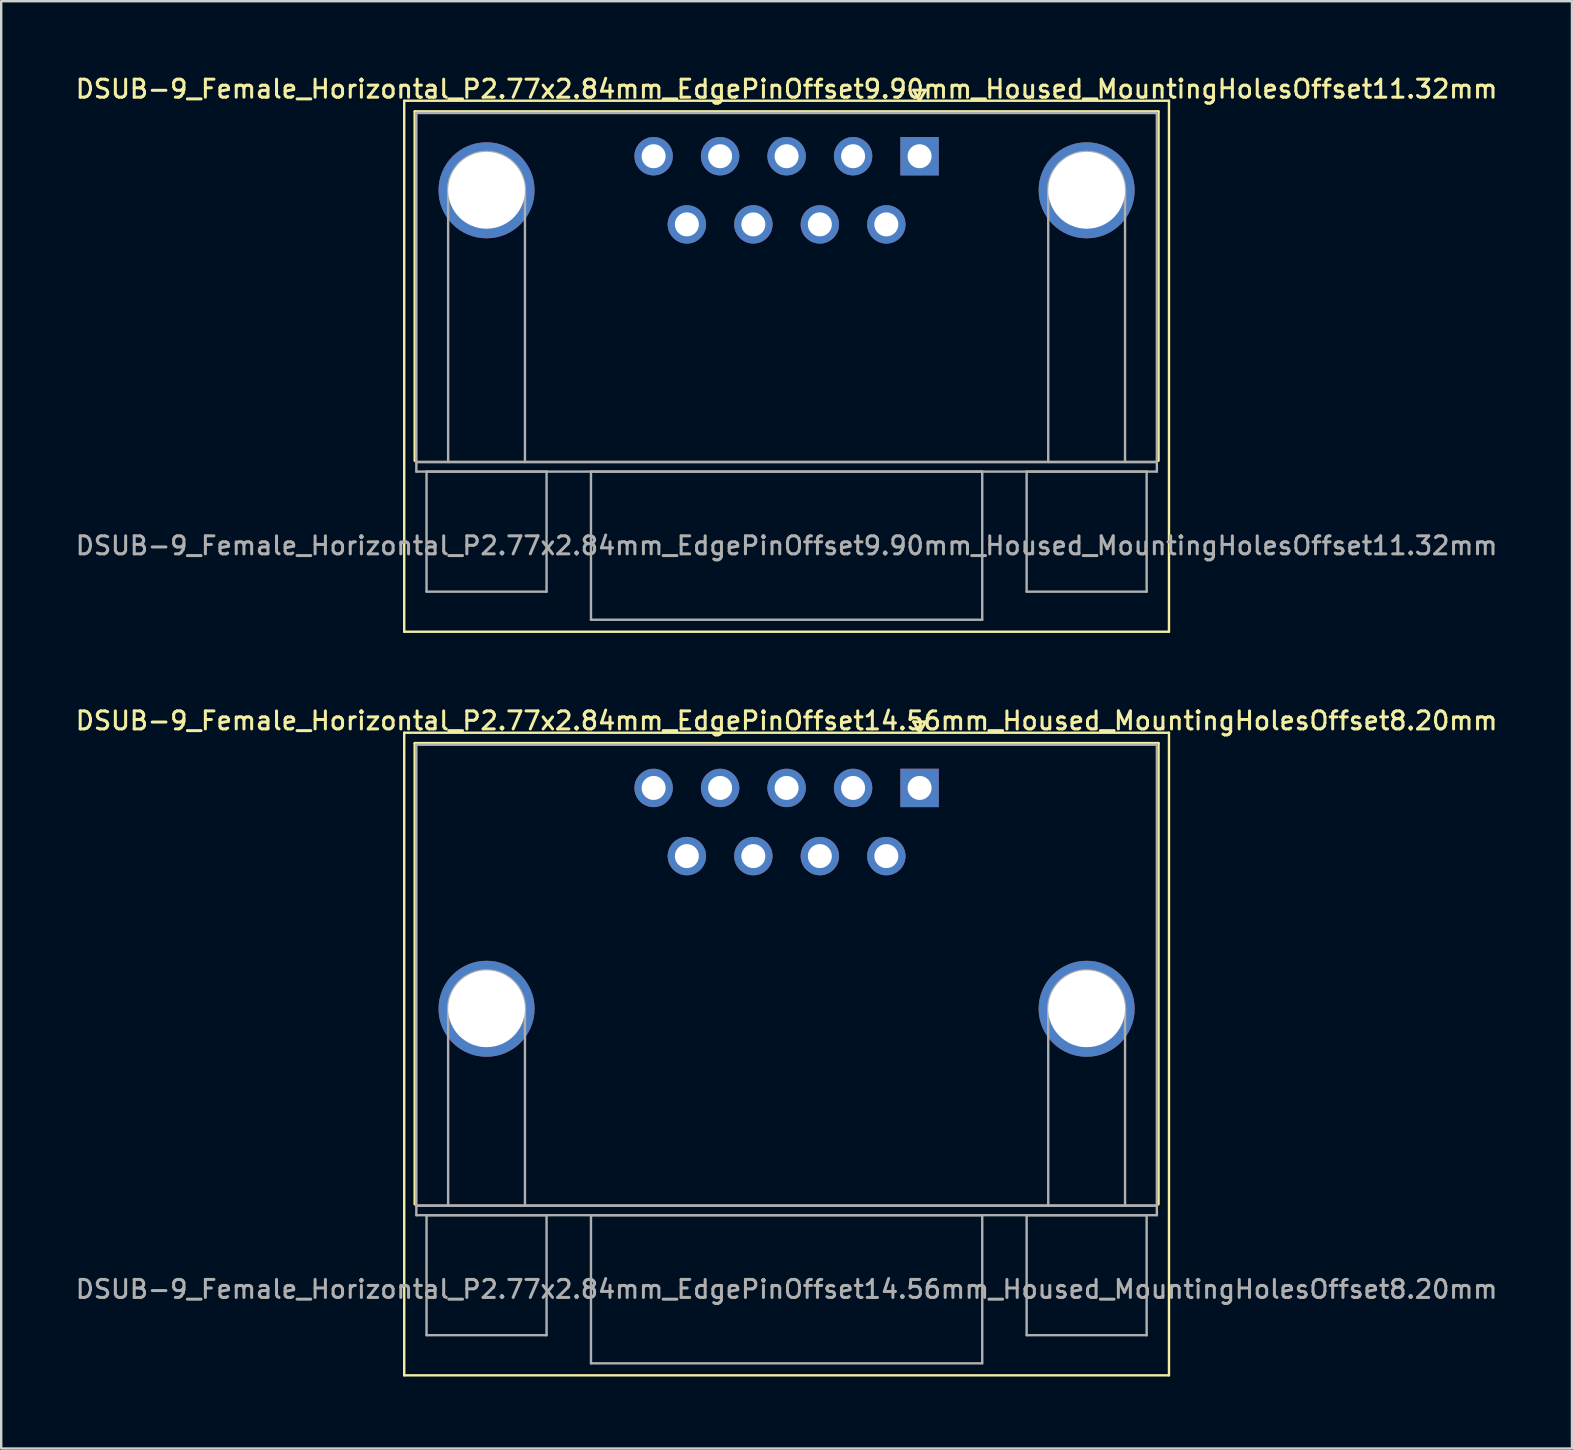
<source format=kicad_pcb>
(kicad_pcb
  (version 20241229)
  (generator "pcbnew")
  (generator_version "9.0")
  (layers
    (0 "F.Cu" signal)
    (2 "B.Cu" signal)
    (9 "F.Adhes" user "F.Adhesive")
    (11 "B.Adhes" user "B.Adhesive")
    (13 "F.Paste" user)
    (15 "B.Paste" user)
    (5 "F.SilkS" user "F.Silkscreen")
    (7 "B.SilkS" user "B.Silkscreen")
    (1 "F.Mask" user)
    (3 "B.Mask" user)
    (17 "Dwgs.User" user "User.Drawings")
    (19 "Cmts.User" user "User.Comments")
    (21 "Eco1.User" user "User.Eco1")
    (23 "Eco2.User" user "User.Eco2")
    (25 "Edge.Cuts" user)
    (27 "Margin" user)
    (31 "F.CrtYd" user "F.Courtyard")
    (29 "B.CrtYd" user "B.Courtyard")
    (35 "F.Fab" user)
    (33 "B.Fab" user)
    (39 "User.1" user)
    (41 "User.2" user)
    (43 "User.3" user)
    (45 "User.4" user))
  (footprint "DSUB-9_Female_Horizontal_P2.77x2.84mm_EdgePinOffset9.90mm_Housed_MountingHolesOffset11.32mm"
    (layer "F.Cu")
    (at 35.26 3.458)
    (property "Reference" "DSUB-9_Female_Horizontal_P2.77x2.84mm_EdgePinOffset9.90mm_Housed_MountingHolesOffset11.32mm" (at -5.54 -2.8 0) (layer "F.SilkS") (effects (font (size 0.75 0.75) (thickness 0.125))))
    (attr through_hole)
    (fp_line (start -21.47 -2.31) (end -21.47 19.81) (stroke (width 0.1) (type solid)) (layer "F.SilkS"))
    (fp_line (start -21.47 19.81) (end 10.39 19.81) (stroke (width 0.1) (type solid)) (layer "F.SilkS"))
    (fp_line (start -21.025 -1.86) (end 9.945 -1.86) (stroke (width 0.12) (type solid)) (layer "F.SilkS"))
    (fp_line (start -21.025 12.68) (end -21.025 -1.86) (stroke (width 0.12) (type solid)) (layer "F.SilkS"))
    (fp_line (start -0.25 -2.754) (end 0.25 -2.754) (stroke (width 0.12) (type solid)) (layer "F.SilkS"))
    (fp_line (start 0 -2.321) (end -0.25 -2.754) (stroke (width 0.12) (type solid)) (layer "F.SilkS"))
    (fp_line (start 0.25 -2.754) (end 0 -2.321) (stroke (width 0.12) (type solid)) (layer "F.SilkS"))
    (fp_line (start 9.945 -1.86) (end 9.945 12.68) (stroke (width 0.12) (type solid)) (layer "F.SilkS"))
    (fp_line (start 10.39 -2.31) (end -21.47 -2.31) (stroke (width 0.1) (type solid)) (layer "F.SilkS"))
    (fp_line (start 10.39 19.81) (end 10.39 -2.31) (stroke (width 0.1) (type solid)) (layer "F.SilkS"))
    (fp_line (start -20.965 -1.8) (end -20.965 12.74) (stroke (width 0.1) (type solid)) (layer "F.Fab"))
    (fp_line (start -20.965 12.74) (end -20.965 13.14) (stroke (width 0.1) (type solid)) (layer "F.Fab"))
    (fp_line (start -20.965 12.74) (end 9.885 12.74) (stroke (width 0.1) (type solid)) (layer "F.Fab"))
    (fp_line (start -20.965 13.14) (end 9.885 13.14) (stroke (width 0.1) (type solid)) (layer "F.Fab"))
    (fp_line (start -20.54 13.14) (end -20.54 18.14) (stroke (width 0.1) (type solid)) (layer "F.Fab"))
    (fp_line (start -20.54 18.14) (end -15.54 18.14) (stroke (width 0.1) (type solid)) (layer "F.Fab"))
    (fp_line (start -19.64 12.74) (end -19.64 1.42) (stroke (width 0.1) (type solid)) (layer "F.Fab"))
    (fp_line (start -16.44 12.74) (end -16.44 1.42) (stroke (width 0.1) (type solid)) (layer "F.Fab"))
    (fp_line (start -15.54 13.14) (end -20.54 13.14) (stroke (width 0.1) (type solid)) (layer "F.Fab"))
    (fp_line (start -15.54 18.14) (end -15.54 13.14) (stroke (width 0.1) (type solid)) (layer "F.Fab"))
    (fp_line (start -13.69 13.14) (end -13.69 19.31) (stroke (width 0.1) (type solid)) (layer "F.Fab"))
    (fp_line (start -13.69 19.31) (end 2.61 19.31) (stroke (width 0.1) (type solid)) (layer "F.Fab"))
    (fp_line (start 2.61 13.14) (end -13.69 13.14) (stroke (width 0.1) (type solid)) (layer "F.Fab"))
    (fp_line (start 2.61 19.31) (end 2.61 13.14) (stroke (width 0.1) (type solid)) (layer "F.Fab"))
    (fp_line (start 4.46 13.14) (end 4.46 18.14) (stroke (width 0.1) (type solid)) (layer "F.Fab"))
    (fp_line (start 4.46 18.14) (end 9.46 18.14) (stroke (width 0.1) (type solid)) (layer "F.Fab"))
    (fp_line (start 5.36 12.74) (end 5.36 1.42) (stroke (width 0.1) (type solid)) (layer "F.Fab"))
    (fp_line (start 8.56 12.74) (end 8.56 1.42) (stroke (width 0.1) (type solid)) (layer "F.Fab"))
    (fp_line (start 9.46 13.14) (end 4.46 13.14) (stroke (width 0.1) (type solid)) (layer "F.Fab"))
    (fp_line (start 9.46 18.14) (end 9.46 13.14) (stroke (width 0.1) (type solid)) (layer "F.Fab"))
    (fp_line (start 9.885 -1.8) (end -20.965 -1.8) (stroke (width 0.1) (type solid)) (layer "F.Fab"))
    (fp_line (start 9.885 12.74) (end -20.965 12.74) (stroke (width 0.1) (type solid)) (layer "F.Fab"))
    (fp_line (start 9.885 12.74) (end 9.885 -1.8) (stroke (width 0.1) (type solid)) (layer "F.Fab"))
    (fp_line (start 9.885 13.14) (end 9.885 12.74) (stroke (width 0.1) (type solid)) (layer "F.Fab"))
    (fp_arc (start -19.64 1.42) (mid -18.04 -0.18) (end -16.44 1.42) (stroke (width 0.1) (type solid)) (layer "F.Fab"))
    (fp_arc (start 5.36 1.42) (mid 6.96 -0.18) (end 8.56 1.42) (stroke (width 0.1) (type solid)) (layer "F.Fab"))
    (fp_text user "${REFERENCE}" (at -5.54 16.225 0) (layer "F.Fab") (effects (font (size 0.75 0.75) (thickness 0.125))))
    (pad "0" thru_hole circle (at -18.04 1.42) (size 4 4) (drill 3.2) (layers "*.Cu" "*.Mask"))
    (pad "0" thru_hole circle (at 6.96 1.42) (size 4 4) (drill 3.2) (layers "*.Cu" "*.Mask"))
    (pad "1" thru_hole rect (at 0 0) (size 1.6 1.6) (drill 1) (layers "*.Cu" "*.Mask"))
    (pad "2" thru_hole circle (at -2.77 0) (size 1.6 1.6) (drill 1) (layers "*.Cu" "*.Mask"))
    (pad "3" thru_hole circle (at -5.54 0) (size 1.6 1.6) (drill 1) (layers "*.Cu" "*.Mask"))
    (pad "4" thru_hole circle (at -8.31 0) (size 1.6 1.6) (drill 1) (layers "*.Cu" "*.Mask"))
    (pad "5" thru_hole circle (at -11.08 0) (size 1.6 1.6) (drill 1) (layers "*.Cu" "*.Mask"))
    (pad "6" thru_hole circle (at -1.385 2.84) (size 1.6 1.6) (drill 1) (layers "*.Cu" "*.Mask"))
    (pad "7" thru_hole circle (at -4.155 2.84) (size 1.6 1.6) (drill 1) (layers "*.Cu" "*.Mask"))
    (pad "8" thru_hole circle (at -6.925 2.84) (size 1.6 1.6) (drill 1) (layers "*.Cu" "*.Mask"))
    (pad "9" thru_hole circle (at -9.695 2.84) (size 1.6 1.6) (drill 1) (layers "*.Cu" "*.Mask")))
  (footprint "DSUB-9_Female_Horizontal_P2.77x2.84mm_EdgePinOffset14.56mm_Housed_MountingHolesOffset8.20mm"
    (layer "F.Cu")
    (at 35.26 29.776)
    (property "Reference" "DSUB-9_Female_Horizontal_P2.77x2.84mm_EdgePinOffset14.56mm_Housed_MountingHolesOffset8.20mm" (at -5.54 -2.8 0) (layer "F.SilkS") (effects (font (size 0.75 0.75) (thickness 0.125))))
    (attr through_hole)
    (fp_line (start -21.47 -2.3) (end -21.47 24.47) (stroke (width 0.1) (type solid)) (layer "F.SilkS"))
    (fp_line (start -21.47 24.47) (end 10.39 24.47) (stroke (width 0.1) (type solid)) (layer "F.SilkS"))
    (fp_line (start -21.025 -1.86) (end 9.945 -1.86) (stroke (width 0.12) (type solid)) (layer "F.SilkS"))
    (fp_line (start -21.025 17.34) (end -21.025 -1.86) (stroke (width 0.12) (type solid)) (layer "F.SilkS"))
    (fp_line (start -0.25 -2.754) (end 0.25 -2.754) (stroke (width 0.12) (type solid)) (layer "F.SilkS"))
    (fp_line (start 0 -2.321) (end -0.25 -2.754) (stroke (width 0.12) (type solid)) (layer "F.SilkS"))
    (fp_line (start 0.25 -2.754) (end 0 -2.321) (stroke (width 0.12) (type solid)) (layer "F.SilkS"))
    (fp_line (start 9.945 -1.86) (end 9.945 17.34) (stroke (width 0.12) (type solid)) (layer "F.SilkS"))
    (fp_line (start 10.39 -2.3) (end -21.47 -2.3) (stroke (width 0.1) (type solid)) (layer "F.SilkS"))
    (fp_line (start 10.39 24.47) (end 10.39 -2.3) (stroke (width 0.1) (type solid)) (layer "F.SilkS"))
    (fp_line (start -20.965 -1.8) (end -20.965 17.4) (stroke (width 0.1) (type solid)) (layer "F.Fab"))
    (fp_line (start -20.965 17.4) (end -20.965 17.8) (stroke (width 0.1) (type solid)) (layer "F.Fab"))
    (fp_line (start -20.965 17.4) (end 9.885 17.4) (stroke (width 0.1) (type solid)) (layer "F.Fab"))
    (fp_line (start -20.965 17.8) (end 9.885 17.8) (stroke (width 0.1) (type solid)) (layer "F.Fab"))
    (fp_line (start -20.54 17.8) (end -20.54 22.8) (stroke (width 0.1) (type solid)) (layer "F.Fab"))
    (fp_line (start -20.54 22.8) (end -15.54 22.8) (stroke (width 0.1) (type solid)) (layer "F.Fab"))
    (fp_line (start -19.64 17.4) (end -19.64 9.2) (stroke (width 0.1) (type solid)) (layer "F.Fab"))
    (fp_line (start -16.44 17.4) (end -16.44 9.2) (stroke (width 0.1) (type solid)) (layer "F.Fab"))
    (fp_line (start -15.54 17.8) (end -20.54 17.8) (stroke (width 0.1) (type solid)) (layer "F.Fab"))
    (fp_line (start -15.54 22.8) (end -15.54 17.8) (stroke (width 0.1) (type solid)) (layer "F.Fab"))
    (fp_line (start -13.69 17.8) (end -13.69 23.97) (stroke (width 0.1) (type solid)) (layer "F.Fab"))
    (fp_line (start -13.69 23.97) (end 2.61 23.97) (stroke (width 0.1) (type solid)) (layer "F.Fab"))
    (fp_line (start 2.61 17.8) (end -13.69 17.8) (stroke (width 0.1) (type solid)) (layer "F.Fab"))
    (fp_line (start 2.61 23.97) (end 2.61 17.8) (stroke (width 0.1) (type solid)) (layer "F.Fab"))
    (fp_line (start 4.46 17.8) (end 4.46 22.8) (stroke (width 0.1) (type solid)) (layer "F.Fab"))
    (fp_line (start 4.46 22.8) (end 9.46 22.8) (stroke (width 0.1) (type solid)) (layer "F.Fab"))
    (fp_line (start 5.36 17.4) (end 5.36 9.2) (stroke (width 0.1) (type solid)) (layer "F.Fab"))
    (fp_line (start 8.56 17.4) (end 8.56 9.2) (stroke (width 0.1) (type solid)) (layer "F.Fab"))
    (fp_line (start 9.46 17.8) (end 4.46 17.8) (stroke (width 0.1) (type solid)) (layer "F.Fab"))
    (fp_line (start 9.46 22.8) (end 9.46 17.8) (stroke (width 0.1) (type solid)) (layer "F.Fab"))
    (fp_line (start 9.885 -1.8) (end -20.965 -1.8) (stroke (width 0.1) (type solid)) (layer "F.Fab"))
    (fp_line (start 9.885 17.4) (end -20.965 17.4) (stroke (width 0.1) (type solid)) (layer "F.Fab"))
    (fp_line (start 9.885 17.4) (end 9.885 -1.8) (stroke (width 0.1) (type solid)) (layer "F.Fab"))
    (fp_line (start 9.885 17.8) (end 9.885 17.4) (stroke (width 0.1) (type solid)) (layer "F.Fab"))
    (fp_arc (start -19.64 9.2) (mid -18.04 7.6) (end -16.44 9.2) (stroke (width 0.1) (type solid)) (layer "F.Fab"))
    (fp_arc (start 5.36 9.2) (mid 6.96 7.6) (end 8.56 9.2) (stroke (width 0.1) (type solid)) (layer "F.Fab"))
    (fp_text user "${REFERENCE}" (at -5.54 20.885 0) (layer "F.Fab") (effects (font (size 0.75 0.75) (thickness 0.125))))
    (pad "0" thru_hole circle (at -18.04 9.2) (size 4 4) (drill 3.2) (layers "*.Cu" "*.Mask"))
    (pad "0" thru_hole circle (at 6.96 9.2) (size 4 4) (drill 3.2) (layers "*.Cu" "*.Mask"))
    (pad "1" thru_hole rect (at 0 0) (size 1.6 1.6) (drill 1) (layers "*.Cu" "*.Mask"))
    (pad "2" thru_hole circle (at -2.77 0) (size 1.6 1.6) (drill 1) (layers "*.Cu" "*.Mask"))
    (pad "3" thru_hole circle (at -5.54 0) (size 1.6 1.6) (drill 1) (layers "*.Cu" "*.Mask"))
    (pad "4" thru_hole circle (at -8.31 0) (size 1.6 1.6) (drill 1) (layers "*.Cu" "*.Mask"))
    (pad "5" thru_hole circle (at -11.08 0) (size 1.6 1.6) (drill 1) (layers "*.Cu" "*.Mask"))
    (pad "6" thru_hole circle (at -1.385 2.84) (size 1.6 1.6) (drill 1) (layers "*.Cu" "*.Mask"))
    (pad "7" thru_hole circle (at -4.155 2.84) (size 1.6 1.6) (drill 1) (layers "*.Cu" "*.Mask"))
    (pad "8" thru_hole circle (at -6.925 2.84) (size 1.6 1.6) (drill 1) (layers "*.Cu" "*.Mask"))
    (pad "9" thru_hole circle (at -9.695 2.84) (size 1.6 1.6) (drill 1) (layers "*.Cu" "*.Mask")))
  (gr_rect
    (start -3 -3)
    (end 62.439 57.296)
    (stroke (width 0.1) (type default))
    (fill no)
    (layer "Edge.Cuts")))
</source>
